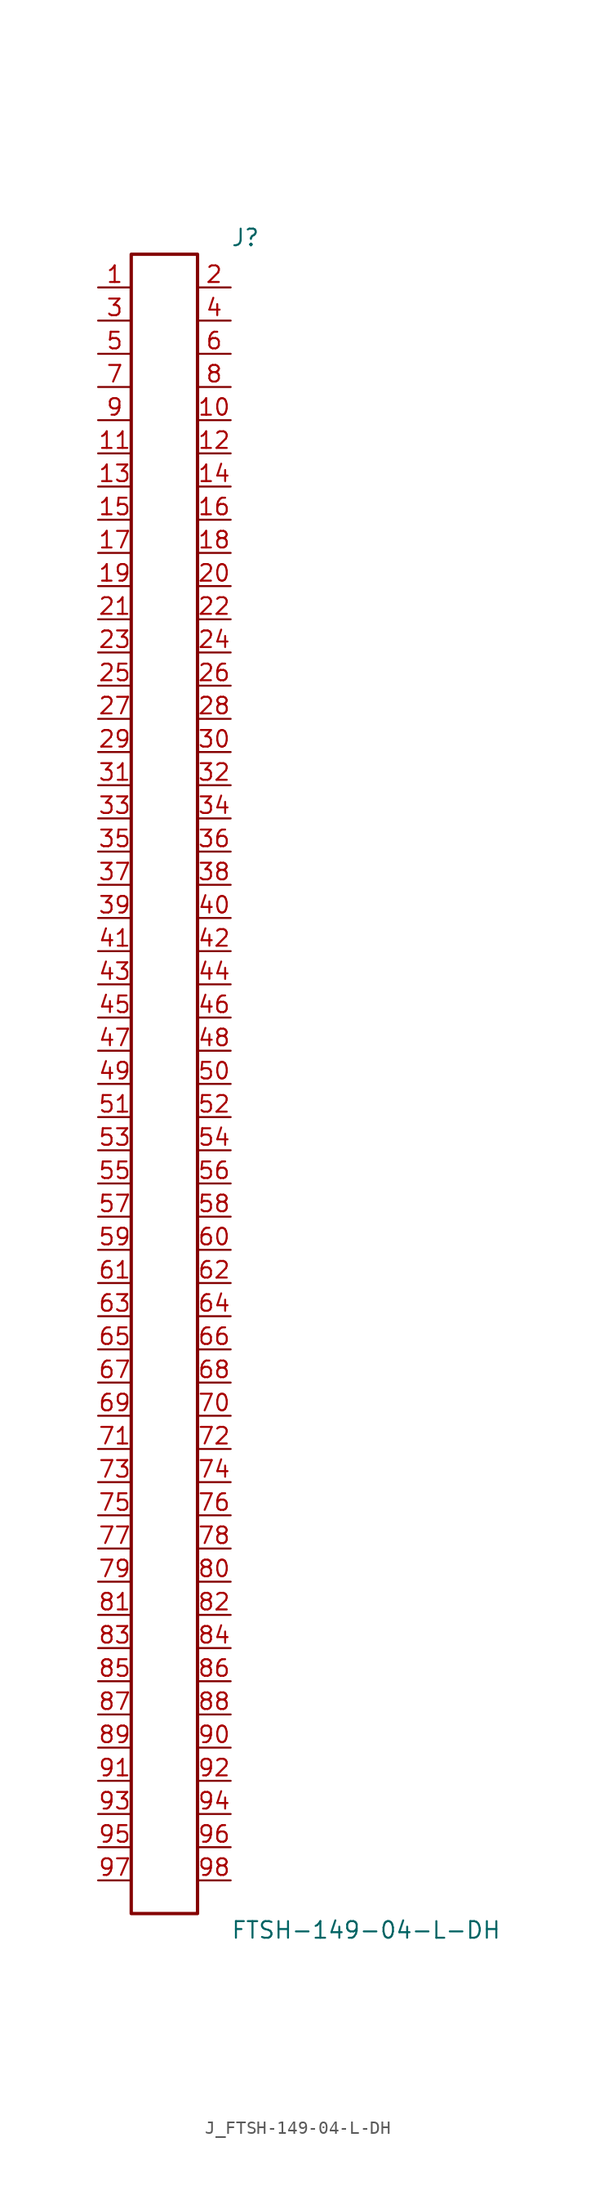
<source format=kicad_sym>
(kicad_symbol_lib
  (version 20231120)
  (generator kicad_symbol_editor)
  (generator_version 8.0)
  (symbol "J_FTSH-149-04-L-DH"
    (pin_names
      (offset 0.254))
    (property "Reference" "J"
      (at 5.08 64.77 0)
      (effects (font (size 1.27 1.27)) (justify left)))
    (property "Value" "FTSH-149-04-L-DH"
      (at 5.08 -64.77 0)
      (effects (font (size 1.27 1.27)) (justify left)))
    (symbol "J_FTSH-149-04-L-DH_0_0"
      (pin unspecified line (at -5.08 60.96 0) (length 2.54) (name "" (effects (font (size 1.27 1.27)))) (number "1" (effects (font (size 1.27 1.27)))))
      (pin unspecified line (at 5.08 60.96 180) (length 2.54) (name "" (effects (font (size 1.27 1.27)))) (number "2" (effects (font (size 1.27 1.27)))))
      (pin unspecified line (at -5.08 58.42 0) (length 2.54) (name "" (effects (font (size 1.27 1.27)))) (number "3" (effects (font (size 1.27 1.27)))))
      (pin unspecified line (at 5.08 58.42 180) (length 2.54) (name "" (effects (font (size 1.27 1.27)))) (number "4" (effects (font (size 1.27 1.27)))))
      (pin unspecified line (at -5.08 55.88 0) (length 2.54) (name "" (effects (font (size 1.27 1.27)))) (number "5" (effects (font (size 1.27 1.27)))))
      (pin unspecified line (at 5.08 55.88 180) (length 2.54) (name "" (effects (font (size 1.27 1.27)))) (number "6" (effects (font (size 1.27 1.27)))))
      (pin unspecified line (at -5.08 53.34 0) (length 2.54) (name "" (effects (font (size 1.27 1.27)))) (number "7" (effects (font (size 1.27 1.27)))))
      (pin unspecified line (at 5.08 53.34 180) (length 2.54) (name "" (effects (font (size 1.27 1.27)))) (number "8" (effects (font (size 1.27 1.27)))))
      (pin unspecified line (at -5.08 50.8 0) (length 2.54) (name "" (effects (font (size 1.27 1.27)))) (number "9" (effects (font (size 1.27 1.27)))))
      (pin unspecified line (at 5.08 50.8 180) (length 2.54) (name "" (effects (font (size 1.27 1.27)))) (number "10" (effects (font (size 1.27 1.27)))))
      (pin unspecified line (at -5.08 48.26 0) (length 2.54) (name "" (effects (font (size 1.27 1.27)))) (number "11" (effects (font (size 1.27 1.27)))))
      (pin unspecified line (at 5.08 48.26 180) (length 2.54) (name "" (effects (font (size 1.27 1.27)))) (number "12" (effects (font (size 1.27 1.27)))))
      (pin unspecified line (at -5.08 45.72 0) (length 2.54) (name "" (effects (font (size 1.27 1.27)))) (number "13" (effects (font (size 1.27 1.27)))))
      (pin unspecified line (at 5.08 45.72 180) (length 2.54) (name "" (effects (font (size 1.27 1.27)))) (number "14" (effects (font (size 1.27 1.27)))))
      (pin unspecified line (at -5.08 43.18 0) (length 2.54) (name "" (effects (font (size 1.27 1.27)))) (number "15" (effects (font (size 1.27 1.27)))))
      (pin unspecified line (at 5.08 43.18 180) (length 2.54) (name "" (effects (font (size 1.27 1.27)))) (number "16" (effects (font (size 1.27 1.27)))))
      (pin unspecified line (at -5.08 40.64 0) (length 2.54) (name "" (effects (font (size 1.27 1.27)))) (number "17" (effects (font (size 1.27 1.27)))))
      (pin unspecified line (at 5.08 40.64 180) (length 2.54) (name "" (effects (font (size 1.27 1.27)))) (number "18" (effects (font (size 1.27 1.27)))))
      (pin unspecified line (at -5.08 38.1 0) (length 2.54) (name "" (effects (font (size 1.27 1.27)))) (number "19" (effects (font (size 1.27 1.27)))))
      (pin unspecified line (at 5.08 38.1 180) (length 2.54) (name "" (effects (font (size 1.27 1.27)))) (number "20" (effects (font (size 1.27 1.27)))))
      (pin unspecified line (at -5.08 35.56 0) (length 2.54) (name "" (effects (font (size 1.27 1.27)))) (number "21" (effects (font (size 1.27 1.27)))))
      (pin unspecified line (at 5.08 35.56 180) (length 2.54) (name "" (effects (font (size 1.27 1.27)))) (number "22" (effects (font (size 1.27 1.27)))))
      (pin unspecified line (at -5.08 33.02 0) (length 2.54) (name "" (effects (font (size 1.27 1.27)))) (number "23" (effects (font (size 1.27 1.27)))))
      (pin unspecified line (at 5.08 33.02 180) (length 2.54) (name "" (effects (font (size 1.27 1.27)))) (number "24" (effects (font (size 1.27 1.27)))))
      (pin unspecified line (at -5.08 30.48 0) (length 2.54) (name "" (effects (font (size 1.27 1.27)))) (number "25" (effects (font (size 1.27 1.27)))))
      (pin unspecified line (at 5.08 30.48 180) (length 2.54) (name "" (effects (font (size 1.27 1.27)))) (number "26" (effects (font (size 1.27 1.27)))))
      (pin unspecified line (at -5.08 27.94 0) (length 2.54) (name "" (effects (font (size 1.27 1.27)))) (number "27" (effects (font (size 1.27 1.27)))))
      (pin unspecified line (at 5.08 27.94 180) (length 2.54) (name "" (effects (font (size 1.27 1.27)))) (number "28" (effects (font (size 1.27 1.27)))))
      (pin unspecified line (at -5.08 25.4 0) (length 2.54) (name "" (effects (font (size 1.27 1.27)))) (number "29" (effects (font (size 1.27 1.27)))))
      (pin unspecified line (at 5.08 25.4 180) (length 2.54) (name "" (effects (font (size 1.27 1.27)))) (number "30" (effects (font (size 1.27 1.27)))))
      (pin unspecified line (at -5.08 22.86 0) (length 2.54) (name "" (effects (font (size 1.27 1.27)))) (number "31" (effects (font (size 1.27 1.27)))))
      (pin unspecified line (at 5.08 22.86 180) (length 2.54) (name "" (effects (font (size 1.27 1.27)))) (number "32" (effects (font (size 1.27 1.27)))))
      (pin unspecified line (at -5.08 20.32 0) (length 2.54) (name "" (effects (font (size 1.27 1.27)))) (number "33" (effects (font (size 1.27 1.27)))))
      (pin unspecified line (at 5.08 20.32 180) (length 2.54) (name "" (effects (font (size 1.27 1.27)))) (number "34" (effects (font (size 1.27 1.27)))))
      (pin unspecified line (at -5.08 17.78 0) (length 2.54) (name "" (effects (font (size 1.27 1.27)))) (number "35" (effects (font (size 1.27 1.27)))))
      (pin unspecified line (at 5.08 17.78 180) (length 2.54) (name "" (effects (font (size 1.27 1.27)))) (number "36" (effects (font (size 1.27 1.27)))))
      (pin unspecified line (at -5.08 15.24 0) (length 2.54) (name "" (effects (font (size 1.27 1.27)))) (number "37" (effects (font (size 1.27 1.27)))))
      (pin unspecified line (at 5.08 15.24 180) (length 2.54) (name "" (effects (font (size 1.27 1.27)))) (number "38" (effects (font (size 1.27 1.27)))))
      (pin unspecified line (at -5.08 12.7 0) (length 2.54) (name "" (effects (font (size 1.27 1.27)))) (number "39" (effects (font (size 1.27 1.27)))))
      (pin unspecified line (at 5.08 12.7 180) (length 2.54) (name "" (effects (font (size 1.27 1.27)))) (number "40" (effects (font (size 1.27 1.27)))))
      (pin unspecified line (at -5.08 10.16 0) (length 2.54) (name "" (effects (font (size 1.27 1.27)))) (number "41" (effects (font (size 1.27 1.27)))))
      (pin unspecified line (at 5.08 10.16 180) (length 2.54) (name "" (effects (font (size 1.27 1.27)))) (number "42" (effects (font (size 1.27 1.27)))))
      (pin unspecified line (at -5.08 7.62 0) (length 2.54) (name "" (effects (font (size 1.27 1.27)))) (number "43" (effects (font (size 1.27 1.27)))))
      (pin unspecified line (at 5.08 7.62 180) (length 2.54) (name "" (effects (font (size 1.27 1.27)))) (number "44" (effects (font (size 1.27 1.27)))))
      (pin unspecified line (at -5.08 5.08 0) (length 2.54) (name "" (effects (font (size 1.27 1.27)))) (number "45" (effects (font (size 1.27 1.27)))))
      (pin unspecified line (at 5.08 5.08 180) (length 2.54) (name "" (effects (font (size 1.27 1.27)))) (number "46" (effects (font (size 1.27 1.27)))))
      (pin unspecified line (at -5.08 2.54 0) (length 2.54) (name "" (effects (font (size 1.27 1.27)))) (number "47" (effects (font (size 1.27 1.27)))))
      (pin unspecified line (at 5.08 2.54 180) (length 2.54) (name "" (effects (font (size 1.27 1.27)))) (number "48" (effects (font (size 1.27 1.27)))))
      (pin unspecified line (at -5.08 0.0 0) (length 2.54) (name "" (effects (font (size 1.27 1.27)))) (number "49" (effects (font (size 1.27 1.27)))))
      (pin unspecified line (at 5.08 0.0 180) (length 2.54) (name "" (effects (font (size 1.27 1.27)))) (number "50" (effects (font (size 1.27 1.27)))))
      (pin unspecified line (at -5.08 -2.54 0) (length 2.54) (name "" (effects (font (size 1.27 1.27)))) (number "51" (effects (font (size 1.27 1.27)))))
      (pin unspecified line (at 5.08 -2.54 180) (length 2.54) (name "" (effects (font (size 1.27 1.27)))) (number "52" (effects (font (size 1.27 1.27)))))
      (pin unspecified line (at -5.08 -5.08 0) (length 2.54) (name "" (effects (font (size 1.27 1.27)))) (number "53" (effects (font (size 1.27 1.27)))))
      (pin unspecified line (at 5.08 -5.08 180) (length 2.54) (name "" (effects (font (size 1.27 1.27)))) (number "54" (effects (font (size 1.27 1.27)))))
      (pin unspecified line (at -5.08 -7.62 0) (length 2.54) (name "" (effects (font (size 1.27 1.27)))) (number "55" (effects (font (size 1.27 1.27)))))
      (pin unspecified line (at 5.08 -7.62 180) (length 2.54) (name "" (effects (font (size 1.27 1.27)))) (number "56" (effects (font (size 1.27 1.27)))))
      (pin unspecified line (at -5.08 -10.16 0) (length 2.54) (name "" (effects (font (size 1.27 1.27)))) (number "57" (effects (font (size 1.27 1.27)))))
      (pin unspecified line (at 5.08 -10.16 180) (length 2.54) (name "" (effects (font (size 1.27 1.27)))) (number "58" (effects (font (size 1.27 1.27)))))
      (pin unspecified line (at -5.08 -12.7 0) (length 2.54) (name "" (effects (font (size 1.27 1.27)))) (number "59" (effects (font (size 1.27 1.27)))))
      (pin unspecified line (at 5.08 -12.7 180) (length 2.54) (name "" (effects (font (size 1.27 1.27)))) (number "60" (effects (font (size 1.27 1.27)))))
      (pin unspecified line (at -5.08 -15.24 0) (length 2.54) (name "" (effects (font (size 1.27 1.27)))) (number "61" (effects (font (size 1.27 1.27)))))
      (pin unspecified line (at 5.08 -15.24 180) (length 2.54) (name "" (effects (font (size 1.27 1.27)))) (number "62" (effects (font (size 1.27 1.27)))))
      (pin unspecified line (at -5.08 -17.78 0) (length 2.54) (name "" (effects (font (size 1.27 1.27)))) (number "63" (effects (font (size 1.27 1.27)))))
      (pin unspecified line (at 5.08 -17.78 180) (length 2.54) (name "" (effects (font (size 1.27 1.27)))) (number "64" (effects (font (size 1.27 1.27)))))
      (pin unspecified line (at -5.08 -20.32 0) (length 2.54) (name "" (effects (font (size 1.27 1.27)))) (number "65" (effects (font (size 1.27 1.27)))))
      (pin unspecified line (at 5.08 -20.32 180) (length 2.54) (name "" (effects (font (size 1.27 1.27)))) (number "66" (effects (font (size 1.27 1.27)))))
      (pin unspecified line (at -5.08 -22.86 0) (length 2.54) (name "" (effects (font (size 1.27 1.27)))) (number "67" (effects (font (size 1.27 1.27)))))
      (pin unspecified line (at 5.08 -22.86 180) (length 2.54) (name "" (effects (font (size 1.27 1.27)))) (number "68" (effects (font (size 1.27 1.27)))))
      (pin unspecified line (at -5.08 -25.4 0) (length 2.54) (name "" (effects (font (size 1.27 1.27)))) (number "69" (effects (font (size 1.27 1.27)))))
      (pin unspecified line (at 5.08 -25.4 180) (length 2.54) (name "" (effects (font (size 1.27 1.27)))) (number "70" (effects (font (size 1.27 1.27)))))
      (pin unspecified line (at -5.08 -27.94 0) (length 2.54) (name "" (effects (font (size 1.27 1.27)))) (number "71" (effects (font (size 1.27 1.27)))))
      (pin unspecified line (at 5.08 -27.94 180) (length 2.54) (name "" (effects (font (size 1.27 1.27)))) (number "72" (effects (font (size 1.27 1.27)))))
      (pin unspecified line (at -5.08 -30.48 0) (length 2.54) (name "" (effects (font (size 1.27 1.27)))) (number "73" (effects (font (size 1.27 1.27)))))
      (pin unspecified line (at 5.08 -30.48 180) (length 2.54) (name "" (effects (font (size 1.27 1.27)))) (number "74" (effects (font (size 1.27 1.27)))))
      (pin unspecified line (at -5.08 -33.02 0) (length 2.54) (name "" (effects (font (size 1.27 1.27)))) (number "75" (effects (font (size 1.27 1.27)))))
      (pin unspecified line (at 5.08 -33.02 180) (length 2.54) (name "" (effects (font (size 1.27 1.27)))) (number "76" (effects (font (size 1.27 1.27)))))
      (pin unspecified line (at -5.08 -35.56 0) (length 2.54) (name "" (effects (font (size 1.27 1.27)))) (number "77" (effects (font (size 1.27 1.27)))))
      (pin unspecified line (at 5.08 -35.56 180) (length 2.54) (name "" (effects (font (size 1.27 1.27)))) (number "78" (effects (font (size 1.27 1.27)))))
      (pin unspecified line (at -5.08 -38.1 0) (length 2.54) (name "" (effects (font (size 1.27 1.27)))) (number "79" (effects (font (size 1.27 1.27)))))
      (pin unspecified line (at 5.08 -38.1 180) (length 2.54) (name "" (effects (font (size 1.27 1.27)))) (number "80" (effects (font (size 1.27 1.27)))))
      (pin unspecified line (at -5.08 -40.64 0) (length 2.54) (name "" (effects (font (size 1.27 1.27)))) (number "81" (effects (font (size 1.27 1.27)))))
      (pin unspecified line (at 5.08 -40.64 180) (length 2.54) (name "" (effects (font (size 1.27 1.27)))) (number "82" (effects (font (size 1.27 1.27)))))
      (pin unspecified line (at -5.08 -43.18 0) (length 2.54) (name "" (effects (font (size 1.27 1.27)))) (number "83" (effects (font (size 1.27 1.27)))))
      (pin unspecified line (at 5.08 -43.18 180) (length 2.54) (name "" (effects (font (size 1.27 1.27)))) (number "84" (effects (font (size 1.27 1.27)))))
      (pin unspecified line (at -5.08 -45.72 0) (length 2.54) (name "" (effects (font (size 1.27 1.27)))) (number "85" (effects (font (size 1.27 1.27)))))
      (pin unspecified line (at 5.08 -45.72 180) (length 2.54) (name "" (effects (font (size 1.27 1.27)))) (number "86" (effects (font (size 1.27 1.27)))))
      (pin unspecified line (at -5.08 -48.26 0) (length 2.54) (name "" (effects (font (size 1.27 1.27)))) (number "87" (effects (font (size 1.27 1.27)))))
      (pin unspecified line (at 5.08 -48.26 180) (length 2.54) (name "" (effects (font (size 1.27 1.27)))) (number "88" (effects (font (size 1.27 1.27)))))
      (pin unspecified line (at -5.08 -50.8 0) (length 2.54) (name "" (effects (font (size 1.27 1.27)))) (number "89" (effects (font (size 1.27 1.27)))))
      (pin unspecified line (at 5.08 -50.8 180) (length 2.54) (name "" (effects (font (size 1.27 1.27)))) (number "90" (effects (font (size 1.27 1.27)))))
      (pin unspecified line (at -5.08 -53.34 0) (length 2.54) (name "" (effects (font (size 1.27 1.27)))) (number "91" (effects (font (size 1.27 1.27)))))
      (pin unspecified line (at 5.08 -53.34 180) (length 2.54) (name "" (effects (font (size 1.27 1.27)))) (number "92" (effects (font (size 1.27 1.27)))))
      (pin unspecified line (at -5.08 -55.88 0) (length 2.54) (name "" (effects (font (size 1.27 1.27)))) (number "93" (effects (font (size 1.27 1.27)))))
      (pin unspecified line (at 5.08 -55.88 180) (length 2.54) (name "" (effects (font (size 1.27 1.27)))) (number "94" (effects (font (size 1.27 1.27)))))
      (pin unspecified line (at -5.08 -58.42 0) (length 2.54) (name "" (effects (font (size 1.27 1.27)))) (number "95" (effects (font (size 1.27 1.27)))))
      (pin unspecified line (at 5.08 -58.42 180) (length 2.54) (name "" (effects (font (size 1.27 1.27)))) (number "96" (effects (font (size 1.27 1.27)))))
      (pin unspecified line (at -5.08 -60.96 0) (length 2.54) (name "" (effects (font (size 1.27 1.27)))) (number "97" (effects (font (size 1.27 1.27)))))
      (pin unspecified line (at 5.08 -60.96 180) (length 2.54) (name "" (effects (font (size 1.27 1.27)))) (number "98" (effects (font (size 1.27 1.27))))))
    (symbol "J_FTSH-149-04-L-DH_1_0"
      (rectangle (start -2.54 63.5) (end 2.54 -63.5) (stroke (width 0.254) (type solid)) (fill (type none))))))
</source>
